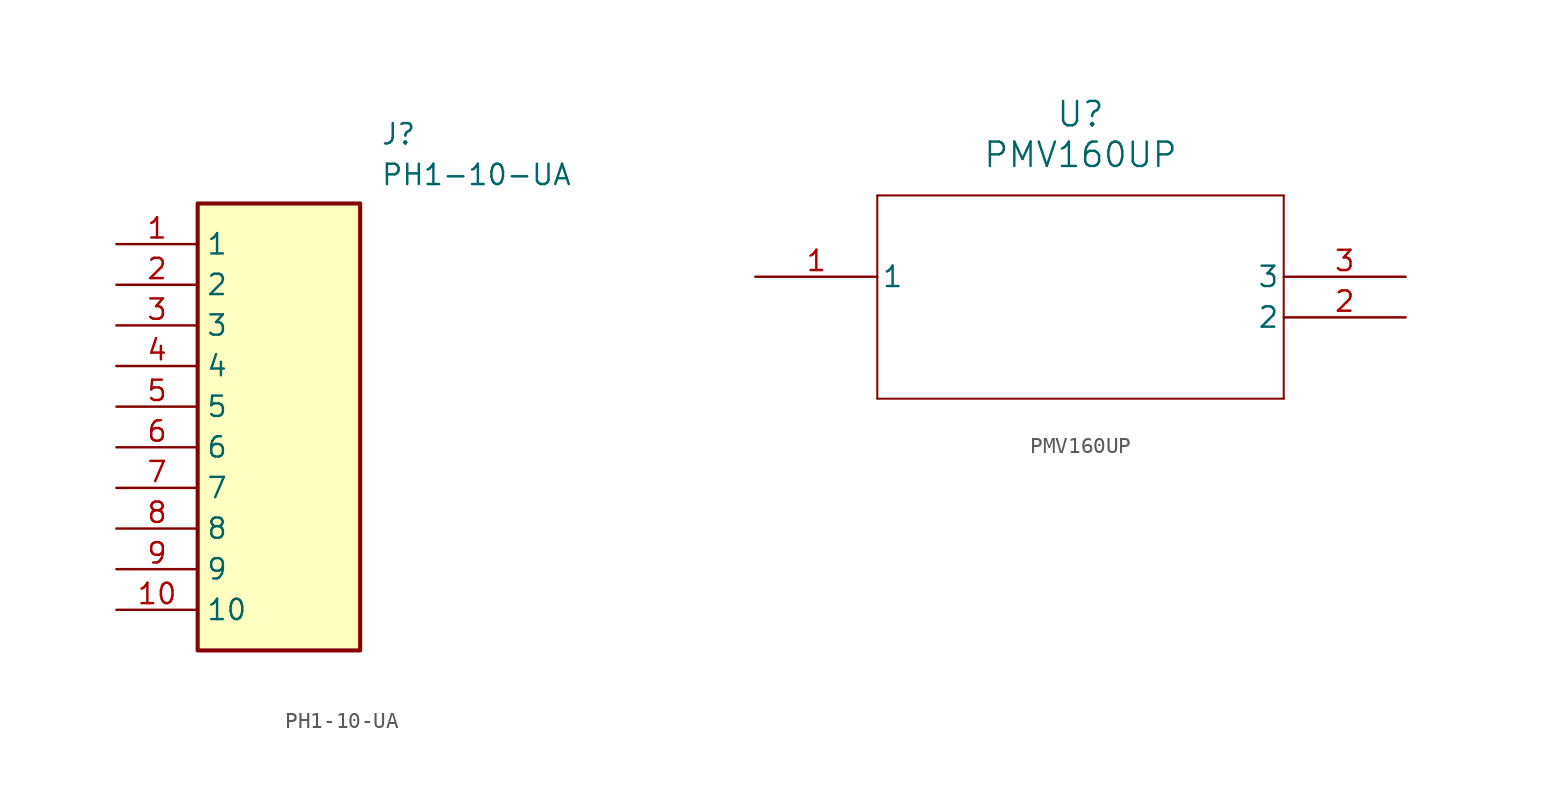
<source format=kicad_sym>
(kicad_symbol_lib
  (version 20231120)
  (generator "kicad_symbol_editor")
  (generator_version "8.0")
  (symbol "PH1-10-UA"
    (property "Reference" "J"
      (at 16.51 7.62 0)
      (effects (font (size 1.27 1.27)) (justify left top)))
    (property "Value" "PH1-10-UA"
      (at 16.51 5.08 0)
      (effects (font (size 1.27 1.27)) (justify left top)))
    (symbol "PH1-10-UA_1_1"
      (rectangle (start 5.08 2.54) (end 15.24 -25.4) (stroke (width 0.254) (type default)) (fill (type background)))
      (pin passive line (at 0 0 0) (length 5.08) (name "1" (effects (font (size 1.27 1.27)))) (number "1" (effects (font (size 1.27 1.27)))))
      (pin passive line (at 0 -22.86 0) (length 5.08) (name "10" (effects (font (size 1.27 1.27)))) (number "10" (effects (font (size 1.27 1.27)))))
      (pin passive line (at 0 -2.54 0) (length 5.08) (name "2" (effects (font (size 1.27 1.27)))) (number "2" (effects (font (size 1.27 1.27)))))
      (pin passive line (at 0 -5.08 0) (length 5.08) (name "3" (effects (font (size 1.27 1.27)))) (number "3" (effects (font (size 1.27 1.27)))))
      (pin passive line (at 0 -7.62 0) (length 5.08) (name "4" (effects (font (size 1.27 1.27)))) (number "4" (effects (font (size 1.27 1.27)))))
      (pin passive line (at 0 -10.16 0) (length 5.08) (name "5" (effects (font (size 1.27 1.27)))) (number "5" (effects (font (size 1.27 1.27)))))
      (pin passive line (at 0 -12.7 0) (length 5.08) (name "6" (effects (font (size 1.27 1.27)))) (number "6" (effects (font (size 1.27 1.27)))))
      (pin passive line (at 0 -15.24 0) (length 5.08) (name "7" (effects (font (size 1.27 1.27)))) (number "7" (effects (font (size 1.27 1.27)))))
      (pin passive line (at 0 -17.78 0) (length 5.08) (name "8" (effects (font (size 1.27 1.27)))) (number "8" (effects (font (size 1.27 1.27)))))
      (pin passive line (at 0 -20.32 0) (length 5.08) (name "9" (effects (font (size 1.27 1.27)))) (number "9" (effects (font (size 1.27 1.27)))))))
  (symbol "PMV160UP"
    (pin_names
      (offset 0.254))
    (property "Reference" "U"
      (at 20.32 10.16 0)
      (effects (font (size 1.524 1.524))))
    (property "Value" "PMV160UP"
      (at 20.32 7.62 0)
      (effects (font (size 1.524 1.524))))
    (property "ki_locked" ""
      (at 0 0 0)
      (effects (font (size 1.27 1.27))))
    (symbol "PMV160UP_0_1"
      (polyline (pts (xy 7.62 -7.62) (xy 33.02 -7.62)) (stroke (width 0.127) (type default)) (fill (type none)))
      (polyline (pts (xy 7.62 5.08) (xy 7.62 -7.62)) (stroke (width 0.127) (type default)) (fill (type none)))
      (polyline (pts (xy 33.02 -7.62) (xy 33.02 5.08)) (stroke (width 0.127) (type default)) (fill (type none)))
      (polyline (pts (xy 33.02 5.08) (xy 7.62 5.08)) (stroke (width 0.127) (type default)) (fill (type none)))
      (pin unspecified line (at 0 0 0) (length 7.62) (name "1" (effects (font (size 1.27 1.27)))) (number "1" (effects (font (size 1.27 1.27)))))
      (pin unspecified line (at 40.64 -2.54 180) (length 7.62) (name "2" (effects (font (size 1.27 1.27)))) (number "2" (effects (font (size 1.27 1.27)))))
      (pin unspecified line (at 40.64 0 180) (length 7.62) (name "3" (effects (font (size 1.27 1.27)))) (number "3" (effects (font (size 1.27 1.27))))))))
</source>
